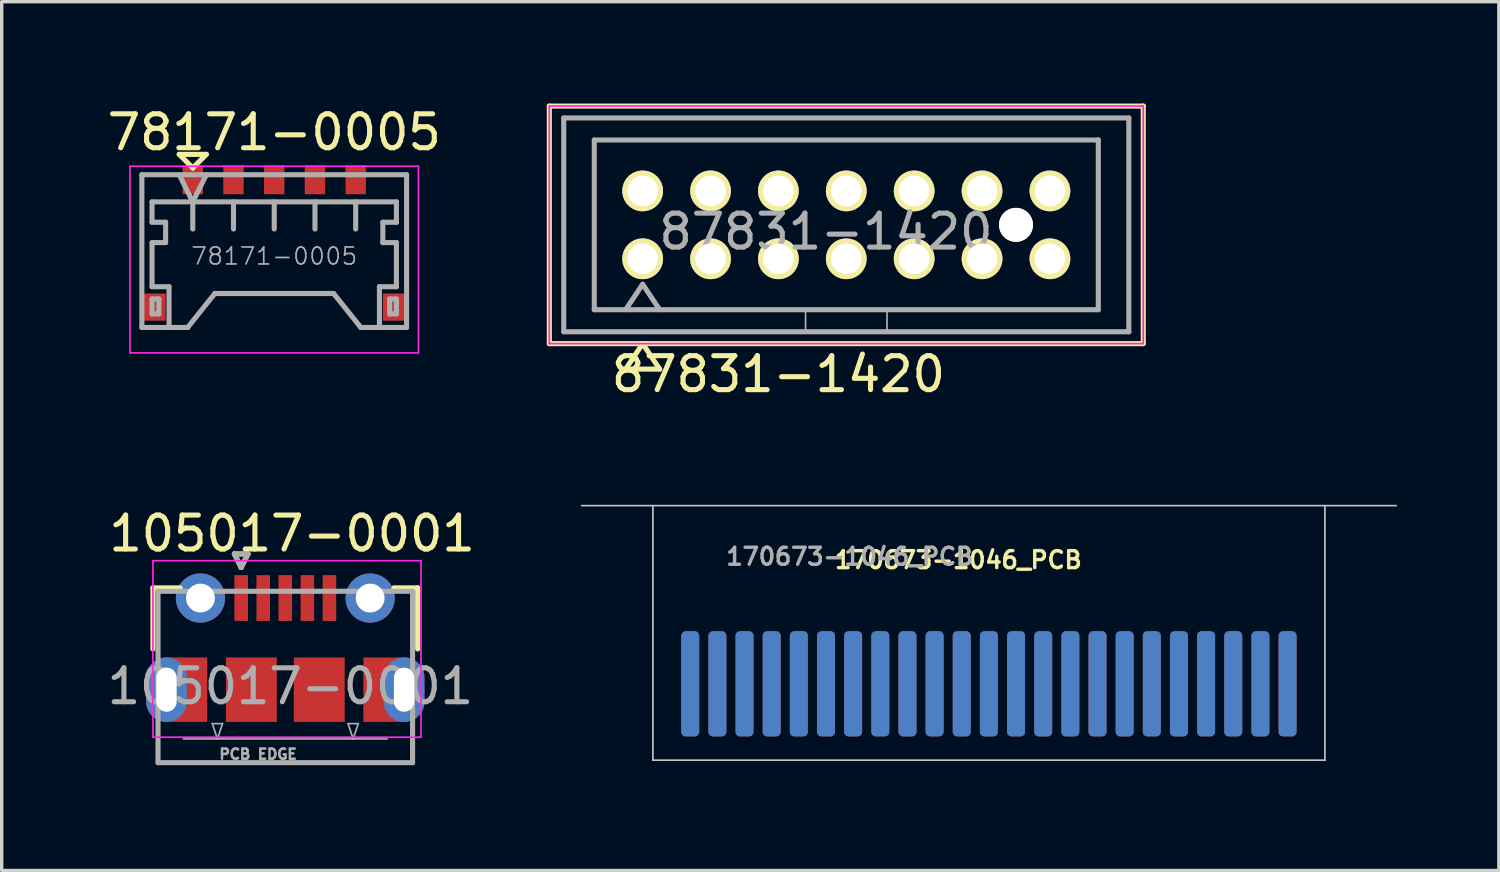
<source format=kicad_pcb>
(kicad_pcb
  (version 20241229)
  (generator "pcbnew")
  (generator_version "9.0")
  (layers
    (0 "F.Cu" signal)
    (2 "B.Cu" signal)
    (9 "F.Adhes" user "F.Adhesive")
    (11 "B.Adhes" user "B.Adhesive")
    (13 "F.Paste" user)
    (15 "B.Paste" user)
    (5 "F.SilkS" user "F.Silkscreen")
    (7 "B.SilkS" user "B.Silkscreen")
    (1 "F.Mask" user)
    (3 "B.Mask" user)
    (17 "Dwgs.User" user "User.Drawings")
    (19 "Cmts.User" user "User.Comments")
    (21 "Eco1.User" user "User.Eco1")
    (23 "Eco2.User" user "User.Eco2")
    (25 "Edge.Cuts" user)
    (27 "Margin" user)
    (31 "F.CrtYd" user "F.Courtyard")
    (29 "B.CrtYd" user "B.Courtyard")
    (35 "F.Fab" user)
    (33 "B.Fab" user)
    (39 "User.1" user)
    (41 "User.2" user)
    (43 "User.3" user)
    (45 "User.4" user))
  (footprint "87831-1420"
    (layer "F.Cu")
    (at 21.885 3.575)
    (property "Reference" "87831-1420" (at -2 4.4 0) (layer "F.SilkS") (effects (font (size 1 1) (thickness 0.15))))
    (attr through_hole)
    (fp_line (start -8.75 -3.5) (end -8.75 3.5) (stroke (width 0.15) (type solid)) (layer "F.SilkS"))
    (fp_line (start -8.75 3.5) (end 8.75 3.5) (stroke (width 0.15) (type solid)) (layer "F.SilkS"))
    (fp_line (start -6.5 4.25) (end -5.5 4.25) (stroke (width 0.15) (type solid)) (layer "F.SilkS"))
    (fp_line (start -6 3.5) (end -6.5 4.25) (stroke (width 0.15) (type solid)) (layer "F.SilkS"))
    (fp_line (start -5.5 4.25) (end -6 3.5) (stroke (width 0.15) (type solid)) (layer "F.SilkS"))
    (fp_line (start 8.75 -3.5) (end -8.75 -3.5) (stroke (width 0.15) (type solid)) (layer "F.SilkS"))
    (fp_line (start 8.75 3.5) (end 8.75 -3.5) (stroke (width 0.15) (type solid)) (layer "F.SilkS"))
    (fp_line (start -8.75 -3.5) (end -8.75 3.5) (stroke (width 0.05) (type solid)) (layer "F.CrtYd"))
    (fp_line (start -8.75 3.5) (end 8.75 3.5) (stroke (width 0.05) (type solid)) (layer "F.CrtYd"))
    (fp_line (start 8.75 -3.5) (end -8.75 -3.5) (stroke (width 0.05) (type solid)) (layer "F.CrtYd"))
    (fp_line (start 8.75 3.5) (end 8.75 -3.5) (stroke (width 0.05) (type solid)) (layer "F.CrtYd"))
    (fp_line (start -8.325 -3.15) (end -8.325 3.15) (stroke (width 0.15) (type solid)) (layer "F.Fab"))
    (fp_line (start -8.325 3.15) (end 8.325 3.15) (stroke (width 0.15) (type solid)) (layer "F.Fab"))
    (fp_line (start -7.425 -2.5) (end -7.425 2.5) (stroke (width 0.15) (type solid)) (layer "F.Fab"))
    (fp_line (start -7.425 -2.5) (end 7.425 -2.5) (stroke (width 0.15) (type solid)) (layer "F.Fab"))
    (fp_line (start -6.5 2.5) (end -6 1.75) (stroke (width 0.15) (type solid)) (layer "F.Fab"))
    (fp_line (start -6 1.75) (end -5.5 2.5) (stroke (width 0.15) (type solid)) (layer "F.Fab"))
    (fp_line (start -1.2 3.15) (end -1.2 2.5) (stroke (width 0.05) (type solid)) (layer "F.Fab"))
    (fp_line (start 1.2 3.15) (end 1.2 2.5) (stroke (width 0.05) (type solid)) (layer "F.Fab"))
    (fp_line (start 7.425 -2.5) (end 7.425 2.5) (stroke (width 0.15) (type solid)) (layer "F.Fab"))
    (fp_line (start 7.425 2.5) (end -7.425 2.5) (stroke (width 0.15) (type solid)) (layer "F.Fab"))
    (fp_line (start 8.325 -3.15) (end -8.325 -3.15) (stroke (width 0.15) (type solid)) (layer "F.Fab"))
    (fp_line (start 8.325 3.15) (end 8.325 -3.15) (stroke (width 0.15) (type solid)) (layer "F.Fab"))
    (fp_text user "${REFERENCE}" (at -0.6 0.2 0) (layer "F.Fab") (effects (font (size 1 1) (thickness 0.15))))
    (pad "" np_thru_hole circle (at 5 0) (size 1 1) (drill 1) (layers "*.Cu" "*.Mask" "F.SilkS"))
    (pad "1" thru_hole circle (at -6 1) (size 1.2 1.2) (drill 0.9) (layers "*.Cu" "*.Mask" "F.SilkS"))
    (pad "2" thru_hole circle (at -6 -1) (size 1.2 1.2) (drill 0.9) (layers "*.Cu" "*.Mask" "F.SilkS"))
    (pad "3" thru_hole circle (at -4 1) (size 1.2 1.2) (drill 0.9) (layers "*.Cu" "*.Mask" "F.SilkS"))
    (pad "4" thru_hole circle (at -4 -1) (size 1.2 1.2) (drill 0.9) (layers "*.Cu" "*.Mask" "F.SilkS"))
    (pad "5" thru_hole circle (at -2 1) (size 1.2 1.2) (drill 0.9) (layers "*.Cu" "*.Mask" "F.SilkS"))
    (pad "6" thru_hole circle (at -2 -1) (size 1.2 1.2) (drill 0.9) (layers "*.Cu" "*.Mask" "F.SilkS"))
    (pad "7" thru_hole circle (at 0 1) (size 1.2 1.2) (drill 0.9) (layers "*.Cu" "*.Mask" "F.SilkS"))
    (pad "8" thru_hole circle (at 0 -1) (size 1.2 1.2) (drill 0.9) (layers "*.Cu" "*.Mask" "F.SilkS"))
    (pad "9" thru_hole circle (at 2 1) (size 1.2 1.2) (drill 0.9) (layers "*.Cu" "*.Mask" "F.SilkS"))
    (pad "10" thru_hole circle (at 2 -1) (size 1.2 1.2) (drill 0.9) (layers "*.Cu" "*.Mask" "F.SilkS"))
    (pad "11" thru_hole circle (at 4 1) (size 1.2 1.2) (drill 0.9) (layers "*.Cu" "*.Mask" "F.SilkS"))
    (pad "12" thru_hole circle (at 4 -1) (size 1.2 1.2) (drill 0.9) (layers "*.Cu" "*.Mask" "F.SilkS"))
    (pad "13" thru_hole circle (at 6 1) (size 1.2 1.2) (drill 0.9) (layers "*.Cu" "*.Mask" "F.SilkS"))
    (pad "14" thru_hole circle (at 6 -1) (size 1.2 1.2) (drill 0.9) (layers "*.Cu" "*.Mask" "F.SilkS")))
  (footprint "78171-0005"
    (layer "F.Cu")
    (at 5.03 2.098)
    (property "Reference" "78171-0005" (at 0 -1.25 0) (layer "F.SilkS") (effects (font (size 1 1) (thickness 0.15))))
    (attr through_hole)
    (fp_line (start -2.8 -0.6) (end -2 -0.6) (stroke (width 0.15) (type solid)) (layer "F.SilkS"))
    (fp_line (start -2.4 -0.2) (end -2.8 -0.6) (stroke (width 0.15) (type solid)) (layer "F.SilkS"))
    (fp_line (start -2.4 -0.2) (end -2.4 -0.2) (stroke (width 0.15) (type solid)) (layer "F.SilkS"))
    (fp_line (start -2 -0.6) (end -2.4 -0.2) (stroke (width 0.15) (type solid)) (layer "F.SilkS"))
    (fp_line (start -4.25 -0.25) (end -4.25 5.25) (stroke (width 0.05) (type solid)) (layer "F.CrtYd"))
    (fp_line (start -4.25 5.25) (end 4.25 5.25) (stroke (width 0.05) (type solid)) (layer "F.CrtYd"))
    (fp_line (start 4.25 -0.25) (end -4.25 -0.25) (stroke (width 0.05) (type solid)) (layer "F.CrtYd"))
    (fp_line (start 4.25 5.25) (end 4.25 -0.25) (stroke (width 0.05) (type solid)) (layer "F.CrtYd"))
    (fp_line (start -3.9 0) (end 3.9 0) (stroke (width 0.15) (type solid)) (layer "F.Fab"))
    (fp_line (start -3.9 4.5) (end -3.9 0) (stroke (width 0.15) (type solid)) (layer "F.Fab"))
    (fp_line (start -3.9 4.5) (end -2.55 4.5) (stroke (width 0.15) (type solid)) (layer "F.Fab"))
    (fp_line (start -3.6 0.8) (end -3.6 1.4) (stroke (width 0.15) (type solid)) (layer "F.Fab"))
    (fp_line (start -3.6 0.8) (end 3.6 0.8) (stroke (width 0.15) (type solid)) (layer "F.Fab"))
    (fp_line (start -3.6 1.4) (end -3.2 1.4) (stroke (width 0.15) (type solid)) (layer "F.Fab"))
    (fp_line (start -3.6 2) (end -3.6 3.3) (stroke (width 0.15) (type solid)) (layer "F.Fab"))
    (fp_line (start -3.6 3.3) (end -3.1 3.3) (stroke (width 0.15) (type solid)) (layer "F.Fab"))
    (fp_line (start -3.6 3.66) (end -3.6 4.1) (stroke (width 0.15) (type solid)) (layer "F.Fab"))
    (fp_line (start -3.6 4.1) (end -3.6 4.1) (stroke (width 0.15) (type solid)) (layer "F.Fab"))
    (fp_line (start -3.6 4.1) (end -3.4 4.1) (stroke (width 0.15) (type solid)) (layer "F.Fab"))
    (fp_line (start -3.4 3.66) (end -3.6 3.66) (stroke (width 0.15) (type solid)) (layer "F.Fab"))
    (fp_line (start -3.4 4.1) (end -3.4 3.66) (stroke (width 0.15) (type solid)) (layer "F.Fab"))
    (fp_line (start -3.2 1.4) (end -3.2 2) (stroke (width 0.15) (type solid)) (layer "F.Fab"))
    (fp_line (start -3.2 2) (end -3.6 2) (stroke (width 0.15) (type solid)) (layer "F.Fab"))
    (fp_line (start -3.1 3.3) (end -3.1 4.5) (stroke (width 0.15) (type solid)) (layer "F.Fab"))
    (fp_line (start -2.8 0) (end -2.4 0.8) (stroke (width 0.15) (type solid)) (layer "F.Fab"))
    (fp_line (start -2.55 4.5) (end -2.55 4.5) (stroke (width 0.15) (type solid)) (layer "F.Fab"))
    (fp_line (start -2.55 4.5) (end -2.55 4.5) (stroke (width 0.15) (type solid)) (layer "F.Fab"))
    (fp_line (start -2.4 1.6) (end -2.4 0.8) (stroke (width 0.15) (type solid)) (layer "F.Fab"))
    (fp_line (start -2 0) (end -2.4 0.8) (stroke (width 0.15) (type solid)) (layer "F.Fab"))
    (fp_line (start -1.75 3.5) (end -2.55 4.5) (stroke (width 0.15) (type solid)) (layer "F.Fab"))
    (fp_line (start -1.75 3.5) (end 1.75 3.5) (stroke (width 0.15) (type solid)) (layer "F.Fab"))
    (fp_line (start -1.2 1.6) (end -1.2 0.8) (stroke (width 0.15) (type solid)) (layer "F.Fab"))
    (fp_line (start 0 0.8) (end 0 1.6) (stroke (width 0.15) (type solid)) (layer "F.Fab"))
    (fp_line (start 1.2 1.6) (end 1.2 0.8) (stroke (width 0.15) (type solid)) (layer "F.Fab"))
    (fp_line (start 1.75 3.5) (end 2.55 4.5) (stroke (width 0.15) (type solid)) (layer "F.Fab"))
    (fp_line (start 2.4 0.8) (end 2.4 1.6) (stroke (width 0.15) (type solid)) (layer "F.Fab"))
    (fp_line (start 2.55 4.5) (end 3.9 4.5) (stroke (width 0.15) (type solid)) (layer "F.Fab"))
    (fp_line (start 3.1 3.3) (end 3.1 4.5) (stroke (width 0.15) (type solid)) (layer "F.Fab"))
    (fp_line (start 3.2 1.4) (end 3.2 2) (stroke (width 0.15) (type solid)) (layer "F.Fab"))
    (fp_line (start 3.2 2) (end 3.6 2) (stroke (width 0.15) (type solid)) (layer "F.Fab"))
    (fp_line (start 3.4 3.66) (end 3.6 3.66) (stroke (width 0.15) (type solid)) (layer "F.Fab"))
    (fp_line (start 3.4 4.1) (end 3.4 3.66) (stroke (width 0.15) (type solid)) (layer "F.Fab"))
    (fp_line (start 3.6 0.8) (end 3.6 1.4) (stroke (width 0.15) (type solid)) (layer "F.Fab"))
    (fp_line (start 3.6 1.4) (end 3.2 1.4) (stroke (width 0.15) (type solid)) (layer "F.Fab"))
    (fp_line (start 3.6 2) (end 3.6 3.3) (stroke (width 0.15) (type solid)) (layer "F.Fab"))
    (fp_line (start 3.6 3.3) (end 3.1 3.3) (stroke (width 0.15) (type solid)) (layer "F.Fab"))
    (fp_line (start 3.6 3.66) (end 3.6 4.1) (stroke (width 0.15) (type solid)) (layer "F.Fab"))
    (fp_line (start 3.6 4.1) (end 3.4 4.1) (stroke (width 0.15) (type solid)) (layer "F.Fab"))
    (fp_line (start 3.9 0) (end 3.9 4.5) (stroke (width 0.15) (type solid)) (layer "F.Fab"))
    (fp_text user "${REFERENCE}" (at 0 2.4 0) (layer "F.Fab") (effects (font (size 0.5 0.5) (thickness 0.05))))
    (pad "" smd rect (at -3.55 3.9) (size 0.7 0.8) (layers "F.Cu" "F.Mask" "F.Paste"))
    (pad "" smd rect (at 3.55 3.9) (size 0.7 0.8) (layers "F.Cu" "F.Mask" "F.Paste"))
    (pad "1" smd rect (at -2.4 0.15) (size 0.6 0.85) (layers "F.Cu" "F.Mask" "F.Paste"))
    (pad "2" smd rect (at -1.2 0.15) (size 0.6 0.85) (layers "F.Cu" "F.Mask" "F.Paste"))
    (pad "3" smd rect (at 0 0.15) (size 0.6 0.85) (layers "F.Cu" "F.Mask" "F.Paste"))
    (pad "4" smd rect (at 1.2 0.15) (size 0.6 0.85) (layers "F.Cu" "F.Mask" "F.Paste"))
    (pad "5" smd rect (at 2.4 0.15) (size 0.6 0.85) (layers "F.Cu" "F.Mask" "F.Paste")))
  (footprint "170673-1046_PCB"
    (layer "F.Cu")
    (at 26.087 19.348)
    (property "Reference" "170673-1046_PCB" (at -0.9 -5.9 0) (layer "F.SilkS") (effects (font (size 0.5 0.5) (thickness 0.1))))
    (attr through_hole)
    (fp_line (start 9.9 -7.5) (end 9.9 -7.5) (stroke (width 0.05) (type solid)) (layer "F.SilkS"))
    (fp_line (start -12 -7.5) (end 12 -7.5) (stroke (width 0.05) (type solid)) (layer "Dwgs.User"))
    (fp_line (start -9.9 0) (end -9.9 -7.5) (stroke (width 0.05) (type solid)) (layer "Dwgs.User"))
    (fp_line (start -9.9 0) (end 9.9 0) (stroke (width 0.05) (type solid)) (layer "Dwgs.User"))
    (fp_line (start 9.9 0) (end 9.9 -7.5) (stroke (width 0.05) (type solid)) (layer "Dwgs.User"))
    (fp_text user "${REFERENCE}" (at -4.1 -6 0) (layer "F.Fab") (effects (font (size 0.5 0.5) (thickness 0.1))))
    (pad "1" smd roundrect (at -8.8 -2.25) (size 0.53 3.1) (layers "B.Cu" "B.Mask") (roundrect_rratio 0.25))
    (pad "2" smd roundrect (at -8 -2.25) (size 0.53 3.1) (layers "B.Cu" "B.Mask") (roundrect_rratio 0.25))
    (pad "3" smd roundrect (at -7.2 -2.25) (size 0.53 3.1) (layers "B.Cu" "B.Mask") (roundrect_rratio 0.25))
    (pad "4" smd roundrect (at -6.4 -2.25) (size 0.53 3.1) (layers "B.Cu" "B.Mask") (roundrect_rratio 0.25))
    (pad "5" smd roundrect (at -5.6 -2.25) (size 0.53 3.1) (layers "B.Cu" "B.Mask") (roundrect_rratio 0.25))
    (pad "6" smd roundrect (at -4.8 -2.25) (size 0.53 3.1) (layers "B.Cu" "B.Mask") (roundrect_rratio 0.25))
    (pad "7" smd roundrect (at -4 -2.25) (size 0.53 3.1) (layers "B.Cu" "B.Mask") (roundrect_rratio 0.25))
    (pad "8" smd roundrect (at -3.2 -2.25) (size 0.53 3.1) (layers "B.Cu" "B.Mask") (roundrect_rratio 0.25))
    (pad "9" smd roundrect (at -2.4 -2.25) (size 0.53 3.1) (layers "B.Cu" "B.Mask") (roundrect_rratio 0.25))
    (pad "10" smd roundrect (at -1.6 -2.25) (size 0.53 3.1) (layers "B.Cu" "B.Mask") (roundrect_rratio 0.25))
    (pad "11" smd roundrect (at -0.8 -2.25) (size 0.53 3.1) (layers "B.Cu" "B.Mask") (roundrect_rratio 0.25))
    (pad "12" smd roundrect (at 0 -2.25) (size 0.53 3.1) (layers "B.Cu" "B.Mask") (roundrect_rratio 0.25))
    (pad "13" smd roundrect (at 0.8 -2.25) (size 0.53 3.1) (layers "B.Cu" "B.Mask") (roundrect_rratio 0.25))
    (pad "14" smd roundrect (at 1.6 -2.25) (size 0.53 3.1) (layers "B.Cu" "B.Mask") (roundrect_rratio 0.25))
    (pad "15" smd roundrect (at 2.4 -2.25) (size 0.53 3.1) (layers "B.Cu" "B.Mask") (roundrect_rratio 0.25))
    (pad "16" smd roundrect (at 3.2 -2.25) (size 0.53 3.1) (layers "B.Cu" "B.Mask") (roundrect_rratio 0.25))
    (pad "17" smd roundrect (at 4 -2.25) (size 0.53 3.1) (layers "B.Cu" "B.Mask") (roundrect_rratio 0.25))
    (pad "18" smd roundrect (at 4.8 -2.25) (size 0.53 3.1) (layers "B.Cu" "B.Mask") (roundrect_rratio 0.25))
    (pad "19" smd roundrect (at 5.6 -2.25) (size 0.53 3.1) (layers "B.Cu" "B.Mask") (roundrect_rratio 0.25))
    (pad "20" smd roundrect (at 6.4 -2.25) (size 0.53 3.1) (layers "B.Cu" "B.Mask") (roundrect_rratio 0.25))
    (pad "21" smd roundrect (at 7.2 -2.25) (size 0.53 3.1) (layers "B.Cu" "B.Mask") (roundrect_rratio 0.25))
    (pad "22" smd roundrect (at 8 -2.25) (size 0.53 3.1) (layers "B.Cu" "B.Mask") (roundrect_rratio 0.25))
    (pad "23" smd roundrect (at 8.8 -2.25) (size 0.53 3.1) (layers "B.Cu" "B.Mask") (roundrect_rratio 0.25))
    (pad "24" smd roundrect (at 8.8 -2.25) (size 0.53 3.1) (layers "F.Cu" "F.Mask") (roundrect_rratio 0.25))
    (pad "25" smd roundrect (at 8 -2.25) (size 0.53 3.1) (layers "F.Cu" "F.Mask") (roundrect_rratio 0.25))
    (pad "26" smd roundrect (at 7.2 -2.25) (size 0.53 3.1) (layers "F.Cu" "F.Mask") (roundrect_rratio 0.25))
    (pad "27" smd roundrect (at 6.4 -2.25) (size 0.53 3.1) (layers "F.Cu" "F.Mask") (roundrect_rratio 0.25))
    (pad "28" smd roundrect (at 5.6 -2.25) (size 0.53 3.1) (layers "F.Cu" "F.Mask") (roundrect_rratio 0.25))
    (pad "29" smd roundrect (at 4.8 -2.25) (size 0.53 3.1) (layers "F.Cu" "F.Mask") (roundrect_rratio 0.25))
    (pad "30" smd roundrect (at 4 -2.25) (size 0.53 3.1) (layers "F.Cu" "F.Mask") (roundrect_rratio 0.25))
    (pad "31" smd roundrect (at 3.2 -2.25) (size 0.53 3.1) (layers "F.Cu" "F.Mask") (roundrect_rratio 0.25))
    (pad "32" smd roundrect (at 2.4 -2.25) (size 0.53 3.1) (layers "F.Cu" "F.Mask") (roundrect_rratio 0.25))
    (pad "33" smd roundrect (at 1.6 -2.25) (size 0.53 3.1) (layers "F.Cu" "F.Mask") (roundrect_rratio 0.25))
    (pad "34" smd roundrect (at 0.8 -2.25) (size 0.53 3.1) (layers "F.Cu" "F.Mask") (roundrect_rratio 0.25))
    (pad "35" smd roundrect (at 0 -2.25) (size 0.53 3.1) (layers "F.Cu" "F.Mask") (roundrect_rratio 0.25))
    (pad "36" smd roundrect (at -0.8 -2.25) (size 0.53 3.1) (layers "F.Cu" "F.Mask") (roundrect_rratio 0.25))
    (pad "37" smd roundrect (at -1.6 -2.25) (size 0.53 3.1) (layers "F.Cu" "F.Mask") (roundrect_rratio 0.25))
    (pad "38" smd roundrect (at -2.4 -2.25) (size 0.53 3.1) (layers "F.Cu" "F.Mask") (roundrect_rratio 0.25))
    (pad "39" smd roundrect (at -3.2 -2.25) (size 0.53 3.1) (layers "F.Cu" "F.Mask") (roundrect_rratio 0.25))
    (pad "40" smd roundrect (at -4 -2.25) (size 0.53 3.1) (layers "F.Cu" "F.Mask") (roundrect_rratio 0.25))
    (pad "41" smd roundrect (at -4.8 -2.25) (size 0.53 3.1) (layers "F.Cu" "F.Mask") (roundrect_rratio 0.25))
    (pad "42" smd roundrect (at -5.6 -2.25) (size 0.53 3.1) (layers "F.Cu" "F.Mask") (roundrect_rratio 0.25))
    (pad "43" smd roundrect (at -6.4 -2.25) (size 0.53 3.1) (layers "F.Cu" "F.Mask") (roundrect_rratio 0.25))
    (pad "44" smd roundrect (at -7.2 -2.25) (size 0.53 3.1) (layers "F.Cu" "F.Mask") (roundrect_rratio 0.25))
    (pad "45" smd roundrect (at -8 -2.25) (size 0.53 3.1) (layers "F.Cu" "F.Mask") (roundrect_rratio 0.25))
    (pad "46" smd roundrect (at -8.8 -2.25) (size 0.53 3.1) (layers "F.Cu" "F.Mask") (roundrect_rratio 0.25)))
  (footprint "105017-0001"
    (layer "F.Cu")
    (at 5.356 17.271)
    (property "Reference" "105017-0001" (at 0.2 -4.6 0) (layer "F.SilkS") (effects (font (size 1 1) (thickness 0.15))))
    (attr through_hole)
    (fp_line (start -3.9 -3) (end -3.9 -1.2) (stroke (width 0.15) (type solid)) (layer "F.SilkS"))
    (fp_line (start -3.9 -3) (end -3.1 -3) (stroke (width 0.15) (type solid)) (layer "F.SilkS"))
    (fp_line (start -1.5 -4) (end -1.3 -3.6) (stroke (width 0.15) (type solid)) (layer "F.SilkS"))
    (fp_line (start -1.3 -3.6) (end -1.1 -4) (stroke (width 0.15) (type solid)) (layer "F.SilkS"))
    (fp_line (start -1.1 -4) (end -1.5 -4) (stroke (width 0.15) (type solid)) (layer "F.SilkS"))
    (fp_line (start 3.2 -3) (end 3.9 -3) (stroke (width 0.15) (type solid)) (layer "F.SilkS"))
    (fp_line (start 3.9 -3) (end 3.9 -1.2) (stroke (width 0.15) (type solid)) (layer "F.SilkS"))
    (fp_line (start -3.9 -3.8) (end 4 -3.8) (stroke (width 0.05) (type solid)) (layer "F.CrtYd"))
    (fp_line (start -3.9 1.4) (end -3.9 -3.8) (stroke (width 0.05) (type solid)) (layer "F.CrtYd"))
    (fp_line (start 4 -3.8) (end 4 1.4) (stroke (width 0.05) (type solid)) (layer "F.CrtYd"))
    (fp_line (start 4 1.4) (end -3.9 1.4) (stroke (width 0.05) (type solid)) (layer "F.CrtYd"))
    (fp_line (start -3.75 -2.9) (end 3.75 -2.9) (stroke (width 0.15) (type solid)) (layer "F.Fab"))
    (fp_line (start -3.75 2.15) (end -3.75 -2.9) (stroke (width 0.15) (type solid)) (layer "F.Fab"))
    (fp_line (start -3 1.45) (end 3 1.45) (stroke (width 0.05) (type solid)) (layer "F.Fab"))
    (fp_line (start -2.15 1) (end -1.85 1) (stroke (width 0.05) (type solid)) (layer "F.Fab"))
    (fp_line (start -2 1.45) (end -2.15 1) (stroke (width 0.05) (type solid)) (layer "F.Fab"))
    (fp_line (start -1.85 1) (end -2 1.45) (stroke (width 0.05) (type solid)) (layer "F.Fab"))
    (fp_line (start -1.5 -4) (end -1.1 -4) (stroke (width 0.15) (type solid)) (layer "F.Fab"))
    (fp_line (start -1.3 -3.6) (end -1.5 -4) (stroke (width 0.15) (type solid)) (layer "F.Fab"))
    (fp_line (start -1.1 -4) (end -1.3 -3.6) (stroke (width 0.15) (type solid)) (layer "F.Fab"))
    (fp_line (start 1.85 1) (end 2.15 1) (stroke (width 0.05) (type solid)) (layer "F.Fab"))
    (fp_line (start 2 1.45) (end 1.85 1) (stroke (width 0.05) (type solid)) (layer "F.Fab"))
    (fp_line (start 2.15 1) (end 2 1.45) (stroke (width 0.05) (type solid)) (layer "F.Fab"))
    (fp_line (start 3.75 -2.9) (end 3.75 2.15) (stroke (width 0.15) (type solid)) (layer "F.Fab"))
    (fp_line (start 3.75 2.15) (end -3.75 2.15) (stroke (width 0.15) (type solid)) (layer "F.Fab"))
    (fp_text user "${REFERENCE}" (at 0.15 -0.1 0) (layer "F.Fab") (effects (font (size 1 1) (thickness 0.15))))
    (fp_text user "PCB EDGE" (at -0.8 1.9 0) (layer "F.Fab") (effects (font (size 0.3 0.3) (thickness 0.075))))
    (pad "" smd rect (at -1 0) (size 1.5 1.9) (layers "F.Cu" "F.Mask" "F.Paste"))
    (pad "" smd rect (at 1 0) (size 1.5 1.9) (layers "F.Cu" "F.Mask" "F.Paste"))
    (pad "1" smd rect (at -1.3 -2.7) (size 0.4 1.35) (layers "F.Cu" "F.Mask" "F.Paste"))
    (pad "2" smd rect (at -0.65 -2.7) (size 0.4 1.35) (layers "F.Cu" "F.Mask" "F.Paste"))
    (pad "3" smd rect (at 0 -2.7) (size 0.4 1.35) (layers "F.Cu" "F.Mask" "F.Paste"))
    (pad "4" smd rect (at 0.65 -2.7) (size 0.4 1.35) (layers "F.Cu" "F.Mask" "F.Paste"))
    (pad "5" smd rect (at 1.3 -2.7) (size 0.4 1.35) (layers "F.Cu" "F.Mask" "F.Paste"))
    (pad "6" thru_hole oval (at -3.5 0) (size 1.2 1.9) (drill oval 0.6 1.3) (layers "*.Cu" "*.Mask"))
    (pad "6" smd rect (at -2.95 0) (size 1.3 1.9) (layers "F.Cu" "F.Mask" "F.Paste"))
    (pad "7" thru_hole circle (at -2.5 -2.7) (size 1.45 1.45) (drill 0.85) (layers "*.Cu" "*.Mask"))
    (pad "8" thru_hole circle (at 2.5 -2.7) (size 1.45 1.45) (drill 0.85) (layers "*.Cu" "*.Mask"))
    (pad "9" smd rect (at 2.95 0) (size 1.3 1.9) (layers "F.Cu" "F.Mask" "F.Paste"))
    (pad "9" thru_hole oval (at 3.5 0) (size 1.2 1.9) (drill oval 0.6 1.3) (layers "*.Cu" "*.Mask")))
  (gr_rect
    (start -3 -3)
    (end 41.112 22.598)
    (stroke (width 0.1) (type default))
    (fill no)
    (layer "Edge.Cuts")))
</source>
